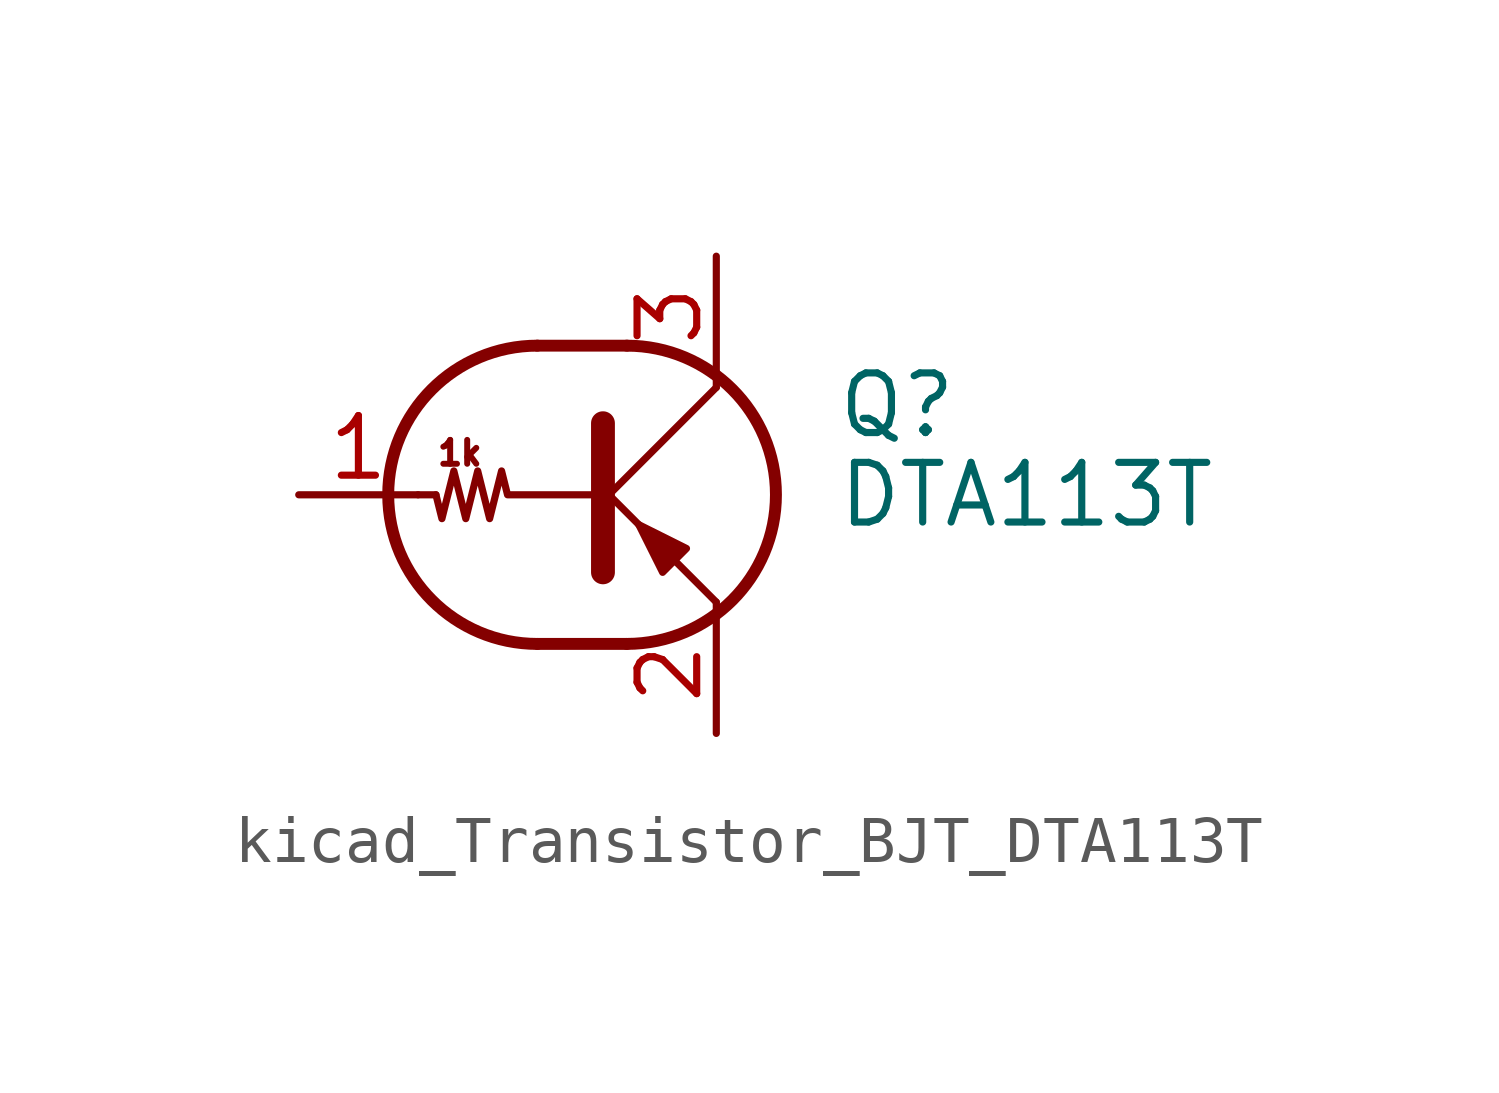
<source format=kicad_sym>
(kicad_symbol_lib
  (version 20220914)
  (generator kicad_symbol_editor)
  (symbol "kicad_Transistor_BJT_DTA113T"
    (pin_names
      (offset 0) hide)
    (property "Reference" "Q"
      (at 5.08 1.905 0)
      (effects (font (size 1.27 1.27)) (justify left)))
    (property "Value" "DTA113T"
      (at 5.08 0 0)
      (effects (font (size 1.27 1.27)) (justify left)))
    (symbol "kicad_Transistor_BJT_DTA113T_0_0"
      (polyline (pts (xy 2.54 -2.286) (xy 2.54 -2.54)) (stroke (width 0) (type default)) (fill (type none)))
      (text "1k" (at -2.921 0.889 0) (effects (font (size 0.508 0.508)))))
    (symbol "kicad_Transistor_BJT_DTA113T_0_1"
      (arc (start -1.27 3.175) (mid -4.4312 0) (end -1.27 -3.175) (stroke (width 0.254) (type default)) (fill (type none)))
      (polyline (pts (xy -3.429 0) (xy -3.81 0)) (stroke (width 0) (type default)) (fill (type none)))
      (polyline (pts (xy -1.27 -3.175) (xy 0.635 -3.175)) (stroke (width 0.254) (type default)) (fill (type none)))
      (polyline (pts (xy -1.27 3.175) (xy 0.635 3.175)) (stroke (width 0.254) (type default)) (fill (type none)))
      (polyline (pts (xy 0 -0.254) (xy 2.54 2.286)) (stroke (width 0) (type default)) (fill (type none)))
      (polyline (pts (xy 0.127 1.524) (xy 0.127 -1.651)) (stroke (width 0.508) (type default)) (fill (type outline)))
      (polyline (pts (xy 2.54 2.286) (xy 2.54 2.54)) (stroke (width 0) (type default)) (fill (type none)))
      (polyline (pts (xy 2.54 -2.286) (xy 0 0.254) (xy 0 0.254)) (stroke (width 0) (type default)) (fill (type none)))
      (polyline (pts (xy 1.397 -1.651) (xy 1.905 -1.143) (xy 0.889 -0.635) (xy 1.397 -1.651)) (stroke (width 0) (type default)) (fill (type outline)))
      (polyline (pts (xy 0 0) (xy -1.905 0) (xy -2.032 0.508) (xy -2.286 -0.508) (xy -2.54 0.508) (xy -2.794 -0.508) (xy -3.048 0.508) (xy -3.302 -0.508) (xy -3.429 0)) (stroke (width 0) (type default)) (fill (type none)))
      (arc (start 0.635 -3.175) (mid 3.7962 0) (end 0.635 3.175) (stroke (width 0.254) (type default)) (fill (type none))))
    (symbol "kicad_Transistor_BJT_DTA113T_1_1"
      (pin input line (at -6.35 0 0) (length 2.54) (name "B" (effects (font (size 1.27 1.27)))) (number "1" (effects (font (size 1.27 1.27)))))
      (pin passive line (at 2.54 -5.08 90) (length 2.54) (name "E" (effects (font (size 1.27 1.27)))) (number "2" (effects (font (size 1.27 1.27)))))
      (pin passive line (at 2.54 5.08 270) (length 2.54) (name "C" (effects (font (size 1.27 1.27)))) (number "3" (effects (font (size 1.27 1.27))))))))
</source>
